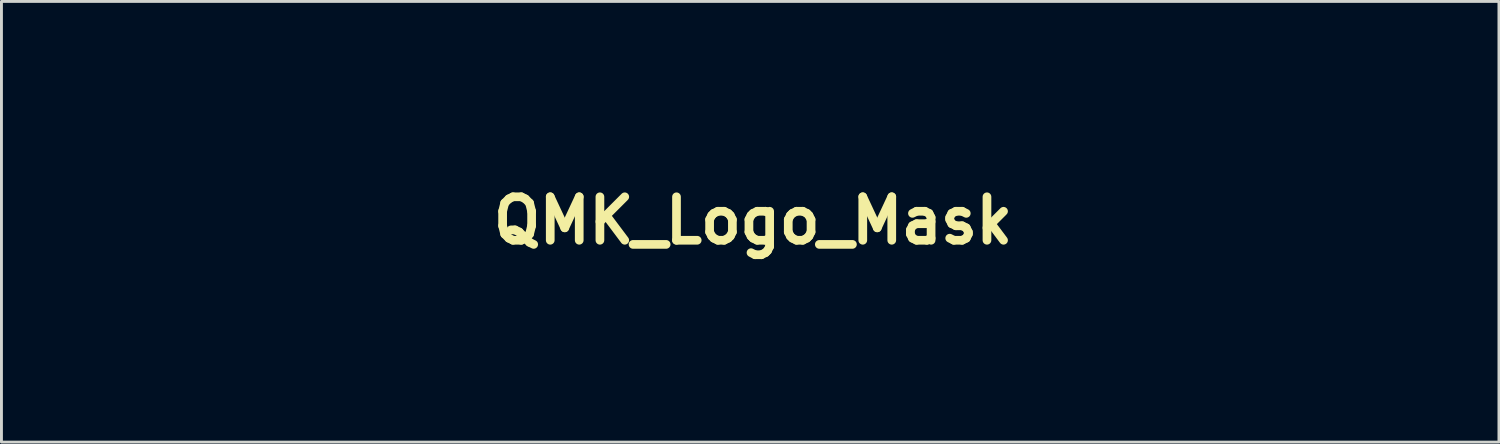
<source format=kicad_pcb>
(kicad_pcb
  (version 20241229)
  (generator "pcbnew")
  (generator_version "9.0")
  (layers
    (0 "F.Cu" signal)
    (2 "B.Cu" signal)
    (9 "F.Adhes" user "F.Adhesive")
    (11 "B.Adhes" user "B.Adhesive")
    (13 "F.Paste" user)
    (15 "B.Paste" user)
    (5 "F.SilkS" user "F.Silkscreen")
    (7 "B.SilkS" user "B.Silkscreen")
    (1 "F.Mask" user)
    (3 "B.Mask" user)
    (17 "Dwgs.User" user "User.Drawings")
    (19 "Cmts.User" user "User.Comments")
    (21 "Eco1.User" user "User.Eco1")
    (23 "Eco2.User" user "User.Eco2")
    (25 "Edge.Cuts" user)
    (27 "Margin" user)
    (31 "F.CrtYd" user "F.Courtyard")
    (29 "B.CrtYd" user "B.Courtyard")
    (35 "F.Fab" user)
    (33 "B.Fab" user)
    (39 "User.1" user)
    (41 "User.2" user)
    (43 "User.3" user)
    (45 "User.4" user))
  (footprint "QMK_Logo_Mask"
    (layer "F.Cu")
    (at 22.939 4.563)
    (property "Reference" "QMK_Logo_Mask" (at 0 0 0) (layer "F.SilkS") (effects (font (size 1.5 1.5) (thickness 0.3))))
    (attr board_only exclude_from_pos_files exclude_from_bom)
    (fp_poly (pts (xy 4.423 1.088) (xy 4.565 1.115) (xy 4.555 2.433) (xy 4.544 3.75) (xy 4.344 3.762) (xy 4.224 3.764) (xy 4.138 3.755) (xy 4.116 3.746) (xy 4.109 3.7) (xy 4.103 3.586) (xy 4.098 3.411) (xy 4.093 3.185) (xy 4.09 2.918) (xy 4.088 2.621) (xy 4.088 2.433) (xy 4.088 1.149) (xy 4.184 1.105) (xy 4.294 1.082)) (stroke (width 0) (type solid)) (fill yes) (layer "F.Mask"))
    (fp_poly (pts (xy 4.442 0.075) (xy 4.531 0.109) (xy 4.539 0.115) (xy 4.581 0.189) (xy 4.602 0.304) (xy 4.6 0.425) (xy 4.574 0.52) (xy 4.554 0.545) (xy 4.451 0.592) (xy 4.317 0.613) (xy 4.227 0.606) (xy 4.118 0.546) (xy 4.059 0.424) (xy 4.048 0.315) (xy 4.072 0.177) (xy 4.149 0.095) (xy 4.285 0.063) (xy 4.326 0.061)) (stroke (width 0) (type solid)) (fill yes) (layer "F.Mask"))
    (fp_poly (pts (xy -0.672 -3.332) (xy -0.616 -3.274) (xy -0.596 -3.166) (xy -0.595 -3.134) (xy -0.595 -2.976) (xy -0.806 -3.001) (xy -1.017 -3.025) (xy -1.183 -2.837) (xy -1.349 -2.648) (xy -1.349 -1.983) (xy -1.35 -1.734) (xy -1.354 -1.554) (xy -1.361 -1.431) (xy -1.372 -1.354) (xy -1.389 -1.312) (xy -1.412 -1.294) (xy -1.51 -1.273) (xy -1.612 -1.274) (xy -1.679 -1.295) (xy -1.68 -1.296) (xy -1.687 -1.342) (xy -1.694 -1.456) (xy -1.699 -1.627) (xy -1.703 -1.845) (xy -1.706 -2.099) (xy -1.707 -2.331) (xy -1.707 -3.339) (xy -1.558 -3.326) (xy -1.458 -3.31) (xy -1.411 -3.27) (xy -1.389 -3.182) (xy -1.389 -3.181) (xy -1.369 -3.049) (xy -1.27 -3.155) (xy -1.107 -3.29) (xy -0.936 -3.362) (xy -0.769 -3.367)) (stroke (width 0) (type solid)) (fill yes) (layer "F.Mask"))
    (fp_poly (pts (xy 19.977 1.079) (xy 20.074 1.113) (xy 20.123 1.153) (xy 20.14 1.224) (xy 20.141 1.33) (xy 20.141 1.528) (xy 19.88 1.515) (xy 19.732 1.511) (xy 19.635 1.523) (xy 19.561 1.556) (xy 19.492 1.609) (xy 19.391 1.709) (xy 19.285 1.835) (xy 19.248 1.886) (xy 19.131 2.056) (xy 19.12 2.903) (xy 19.11 3.75) (xy 18.906 3.762) (xy 18.777 3.764) (xy 18.707 3.746) (xy 18.678 3.709) (xy 18.672 3.655) (xy 18.666 3.531) (xy 18.661 3.348) (xy 18.657 3.117) (xy 18.655 2.848) (xy 18.653 2.55) (xy 18.653 2.421) (xy 18.653 2.058) (xy 18.655 1.767) (xy 18.66 1.54) (xy 18.668 1.368) (xy 18.682 1.245) (xy 18.703 1.162) (xy 18.731 1.11) (xy 18.768 1.084) (xy 18.816 1.073) (xy 18.871 1.072) (xy 18.992 1.083) (xy 19.059 1.127) (xy 19.086 1.222) (xy 19.09 1.318) (xy 19.09 1.517) (xy 19.278 1.318) (xy 19.466 1.154) (xy 19.653 1.066) (xy 19.845 1.051)) (stroke (width 0) (type solid)) (fill yes) (layer "F.Mask"))
    (fp_poly (pts (xy 3.424 0.266) (xy 3.427 0.383) (xy 3.41 0.464) (xy 3.395 0.498) (xy 3.372 0.522) (xy 3.328 0.538) (xy 3.253 0.548) (xy 3.134 0.553) (xy 2.96 0.555) (xy 2.719 0.556) (xy 2.7 0.556) (xy 2.024 0.556) (xy 2.024 1.171) (xy 2.024 1.786) (xy 2.678 1.786) (xy 3.332 1.786) (xy 3.358 1.888) (xy 3.361 2.005) (xy 3.34 2.087) (xy 3.321 2.122) (xy 3.296 2.148) (xy 3.251 2.165) (xy 3.176 2.176) (xy 3.056 2.181) (xy 2.88 2.183) (xy 2.661 2.183) (xy 2.026 2.183) (xy 2.015 2.967) (xy 2.004 3.75) (xy 1.806 3.762) (xy 1.665 3.759) (xy 1.572 3.735) (xy 1.557 3.724) (xy 1.546 3.674) (xy 1.536 3.555) (xy 1.528 3.377) (xy 1.52 3.149) (xy 1.514 2.882) (xy 1.51 2.587) (xy 1.507 2.272) (xy 1.506 1.949) (xy 1.506 1.627) (xy 1.508 1.316) (xy 1.511 1.027) (xy 1.516 0.769) (xy 1.523 0.553) (xy 1.531 0.389) (xy 1.541 0.286) (xy 1.547 0.261) (xy 1.586 0.159) (xy 2.495 0.159) (xy 3.404 0.159)) (stroke (width 0) (type solid)) (fill yes) (layer "F.Mask"))
    (fp_poly (pts (xy 6.594 1.048) (xy 6.673 1.069) (xy 6.752 1.088) (xy 6.841 1.144) (xy 6.886 1.258) (xy 6.881 1.419) (xy 6.878 1.44) (xy 6.862 1.501) (xy 6.833 1.532) (xy 6.77 1.538) (xy 6.651 1.527) (xy 6.624 1.524) (xy 6.472 1.515) (xy 6.355 1.535) (xy 6.251 1.594) (xy 6.139 1.702) (xy 6.047 1.81) (xy 5.894 1.997) (xy 5.874 2.874) (xy 5.854 3.75) (xy 5.654 3.762) (xy 5.534 3.764) (xy 5.448 3.755) (xy 5.426 3.746) (xy 5.419 3.7) (xy 5.413 3.586) (xy 5.407 3.411) (xy 5.403 3.185) (xy 5.4 2.919) (xy 5.398 2.621) (xy 5.397 2.436) (xy 5.398 2.083) (xy 5.398 1.802) (xy 5.4 1.583) (xy 5.404 1.418) (xy 5.409 1.3) (xy 5.418 1.219) (xy 5.43 1.167) (xy 5.445 1.137) (xy 5.465 1.119) (xy 5.481 1.109) (xy 5.581 1.084) (xy 5.699 1.09) (xy 5.779 1.109) (xy 5.819 1.143) (xy 5.833 1.216) (xy 5.834 1.311) (xy 5.834 1.508) (xy 6.023 1.313) (xy 6.175 1.183) (xy 6.335 1.09) (xy 6.485 1.043)) (stroke (width 0) (type solid)) (fill yes) (layer "F.Mask"))
    (fp_poly (pts (xy -8.212 -3.353) (xy -7.964 -3.273) (xy -7.755 -3.126) (xy -7.591 -2.917) (xy -7.562 -2.863) (xy -7.503 -2.686) (xy -7.472 -2.465) (xy -7.472 -2.227) (xy -7.502 -2.002) (xy -7.524 -1.921) (xy -7.62 -1.71) (xy -7.76 -1.525) (xy -7.926 -1.385) (xy -8.082 -1.313) (xy -8.216 -1.29) (xy -8.392 -1.277) (xy -8.575 -1.277) (xy -8.73 -1.288) (xy -8.788 -1.299) (xy -8.96 -1.378) (xy -9.121 -1.515) (xy -9.249 -1.69) (xy -9.269 -1.727) (xy -9.342 -1.943) (xy -9.377 -2.2) (xy -9.374 -2.39) (xy -8.998 -2.39) (xy -8.994 -2.168) (xy -8.958 -1.962) (xy -8.892 -1.796) (xy -8.86 -1.749) (xy -8.73 -1.646) (xy -8.558 -1.587) (xy -8.37 -1.576) (xy -8.192 -1.613) (xy -8.1 -1.662) (xy -7.976 -1.787) (xy -7.897 -1.959) (xy -7.862 -2.188) (xy -7.859 -2.301) (xy -7.881 -2.578) (xy -7.947 -2.79) (xy -8.057 -2.939) (xy -8.215 -3.027) (xy -8.42 -3.056) (xy -8.422 -3.056) (xy -8.619 -3.022) (xy -8.788 -2.927) (xy -8.907 -2.784) (xy -8.91 -2.779) (xy -8.971 -2.602) (xy -8.998 -2.39) (xy -9.374 -2.39) (xy -9.373 -2.467) (xy -9.331 -2.704) (xy -9.225 -2.943) (xy -9.059 -3.134) (xy -8.841 -3.273) (xy -8.58 -3.352) (xy -8.492 -3.363)) (stroke (width 0) (type solid)) (fill yes) (layer "F.Mask"))
    (fp_poly (pts (xy -10.601 -4.042) (xy -10.42 -4.028) (xy -10.272 -4.007) (xy -10.195 -3.987) (xy -9.978 -3.873) (xy -9.82 -3.707) (xy -9.722 -3.495) (xy -9.689 -3.241) (xy -9.694 -3.137) (xy -9.75 -2.879) (xy -9.868 -2.672) (xy -10.046 -2.515) (xy -10.286 -2.409) (xy -10.585 -2.354) (xy -10.66 -2.349) (xy -10.993 -2.332) (xy -10.993 -1.825) (xy -10.995 -1.611) (xy -11 -1.464) (xy -11.011 -1.37) (xy -11.028 -1.318) (xy -11.054 -1.295) (xy -11.056 -1.294) (xy -11.174 -1.274) (xy -11.304 -1.285) (xy -11.341 -1.296) (xy -11.355 -1.34) (xy -11.367 -1.452) (xy -11.376 -1.621) (xy -11.384 -1.835) (xy -11.39 -2.084) (xy -11.393 -2.355) (xy -11.394 -2.638) (xy -11.393 -2.922) (xy -11.39 -3.195) (xy -11.385 -3.445) (xy -11.378 -3.663) (xy -11.374 -3.731) (xy -10.993 -3.731) (xy -10.993 -3.195) (xy -10.993 -2.659) (xy -10.745 -2.659) (xy -10.535 -2.676) (xy -10.37 -2.723) (xy -10.358 -2.729) (xy -10.221 -2.836) (xy -10.13 -2.985) (xy -10.086 -3.157) (xy -10.091 -3.334) (xy -10.145 -3.496) (xy -10.249 -3.626) (xy -10.317 -3.67) (xy -10.439 -3.708) (xy -10.616 -3.728) (xy -10.714 -3.731) (xy -10.993 -3.731) (xy -11.374 -3.731) (xy -11.368 -3.835) (xy -11.356 -3.952) (xy -11.343 -4) (xy -11.278 -4.025) (xy -11.153 -4.041) (xy -10.986 -4.049) (xy -10.796 -4.049)) (stroke (width 0) (type solid)) (fill yes) (layer "F.Mask"))
    (fp_poly (pts (xy -2.973 -3.361) (xy -2.725 -3.297) (xy -2.528 -3.173) (xy -2.384 -2.992) (xy -2.296 -2.757) (xy -2.272 -2.595) (xy -2.263 -2.467) (xy -2.268 -2.373) (xy -2.297 -2.307) (xy -2.358 -2.263) (xy -2.463 -2.238) (xy -2.62 -2.226) (xy -2.841 -2.223) (xy -3.021 -2.223) (xy -3.646 -2.223) (xy -3.624 -2.074) (xy -3.561 -1.853) (xy -3.448 -1.694) (xy -3.284 -1.596) (xy -3.071 -1.559) (xy -2.957 -1.563) (xy -2.792 -1.585) (xy -2.631 -1.619) (xy -2.554 -1.642) (xy -2.434 -1.678) (xy -2.37 -1.671) (xy -2.345 -1.616) (xy -2.342 -1.542) (xy -2.367 -1.444) (xy -2.449 -1.372) (xy -2.592 -1.321) (xy -2.802 -1.291) (xy -2.977 -1.281) (xy -3.173 -1.277) (xy -3.314 -1.285) (xy -3.421 -1.306) (xy -3.513 -1.342) (xy -3.718 -1.48) (xy -3.874 -1.673) (xy -3.968 -1.904) (xy -3.969 -1.905) (xy -4 -2.115) (xy -4.003 -2.351) (xy -3.989 -2.5) (xy -3.653 -2.5) (xy -3.131 -2.5) (xy -2.609 -2.5) (xy -2.631 -2.663) (xy -2.691 -2.843) (xy -2.807 -2.978) (xy -2.965 -3.059) (xy -3.151 -3.075) (xy -3.245 -3.058) (xy -3.411 -2.983) (xy -3.531 -2.855) (xy -3.612 -2.664) (xy -3.627 -2.609) (xy -3.653 -2.5) (xy -3.989 -2.5) (xy -3.981 -2.584) (xy -3.936 -2.785) (xy -3.897 -2.883) (xy -3.747 -3.094) (xy -3.546 -3.249) (xy -3.309 -3.342) (xy -3.047 -3.367)) (stroke (width 0) (type solid)) (fill yes) (layer "F.Mask"))
    (fp_poly (pts (xy 8.851 -3.334) (xy 8.955 -3.325) (xy 9.021 -3.304) (xy 9.027 -3.297) (xy 9.019 -3.253) (xy 8.987 -3.145) (xy 8.935 -2.983) (xy 8.865 -2.777) (xy 8.783 -2.538) (xy 8.691 -2.276) (xy 8.594 -2.002) (xy 8.494 -1.724) (xy 8.397 -1.455) (xy 8.304 -1.203) (xy 8.22 -0.98) (xy 8.149 -0.795) (xy 8.094 -0.659) (xy 8.059 -0.582) (xy 8.052 -0.57) (xy 7.984 -0.533) (xy 7.881 -0.517) (xy 7.781 -0.525) (xy 7.719 -0.557) (xy 7.717 -0.559) (xy 7.719 -0.613) (xy 7.746 -0.721) (xy 7.793 -0.864) (xy 7.817 -0.929) (xy 7.944 -1.257) (xy 7.583 -2.218) (xy 7.486 -2.482) (xy 7.398 -2.724) (xy 7.324 -2.933) (xy 7.268 -3.099) (xy 7.233 -3.212) (xy 7.223 -3.257) (xy 7.238 -3.308) (xy 7.296 -3.33) (xy 7.377 -3.334) (xy 7.486 -3.322) (xy 7.561 -3.292) (xy 7.57 -3.284) (xy 7.594 -3.233) (xy 7.64 -3.118) (xy 7.702 -2.954) (xy 7.776 -2.752) (xy 7.857 -2.526) (xy 7.862 -2.511) (xy 7.942 -2.287) (xy 8.014 -2.091) (xy 8.075 -1.935) (xy 8.119 -1.83) (xy 8.142 -1.787) (xy 8.143 -1.786) (xy 8.164 -1.822) (xy 8.204 -1.92) (xy 8.259 -2.067) (xy 8.323 -2.251) (xy 8.356 -2.351) (xy 8.455 -2.648) (xy 8.532 -2.879) (xy 8.592 -3.051) (xy 8.64 -3.173) (xy 8.679 -3.254) (xy 8.714 -3.302) (xy 8.749 -3.326) (xy 8.789 -3.333) (xy 8.837 -3.334)) (stroke (width 0) (type solid)) (fill yes) (layer "F.Mask"))
    (fp_poly (pts (xy 3.383 -4.239) (xy 3.552 -4.227) (xy 3.562 -2.769) (xy 3.573 -1.311) (xy 3.473 -1.286) (xy 3.35 -1.275) (xy 3.28 -1.321) (xy 3.255 -1.43) (xy 3.254 -1.451) (xy 3.254 -1.595) (xy 3.125 -1.486) (xy 3.008 -1.401) (xy 2.887 -1.332) (xy 2.869 -1.324) (xy 2.703 -1.283) (xy 2.508 -1.275) (xy 2.322 -1.299) (xy 2.24 -1.326) (xy 2.091 -1.427) (xy 1.958 -1.582) (xy 1.862 -1.767) (xy 1.859 -1.775) (xy 1.834 -1.889) (xy 1.815 -2.056) (xy 1.81 -2.183) (xy 2.187 -2.183) (xy 2.215 -1.977) (xy 2.272 -1.801) (xy 2.357 -1.672) (xy 2.407 -1.632) (xy 2.539 -1.594) (xy 2.701 -1.596) (xy 2.861 -1.639) (xy 2.922 -1.67) (xy 3.052 -1.764) (xy 3.138 -1.867) (xy 3.189 -1.998) (xy 3.211 -2.175) (xy 3.215 -2.333) (xy 3.215 -2.689) (xy 3.042 -2.848) (xy 2.932 -2.94) (xy 2.832 -3.01) (xy 2.78 -3.035) (xy 2.648 -3.049) (xy 2.506 -3.022) (xy 2.39 -2.965) (xy 2.368 -2.945) (xy 2.278 -2.8) (xy 2.217 -2.613) (xy 2.187 -2.401) (xy 2.187 -2.183) (xy 1.81 -2.183) (xy 1.807 -2.25) (xy 1.806 -2.302) (xy 1.81 -2.495) (xy 1.823 -2.637) (xy 1.851 -2.753) (xy 1.897 -2.872) (xy 1.912 -2.904) (xy 2.042 -3.116) (xy 2.203 -3.258) (xy 2.406 -3.335) (xy 2.603 -3.354) (xy 2.756 -3.348) (xy 2.867 -3.322) (xy 2.973 -3.266) (xy 3.033 -3.225) (xy 3.215 -3.097) (xy 3.215 -3.674) (xy 3.215 -4.251)) (stroke (width 0) (type solid)) (fill yes) (layer "F.Mask"))
    (fp_poly (pts (xy 0.708 -3.357) (xy 0.914 -3.292) (xy 1.096 -3.174) (xy 1.241 -3.004) (xy 1.329 -2.806) (xy 1.378 -2.592) (xy 1.387 -2.422) (xy 1.356 -2.307) (xy 1.312 -2.264) (xy 1.245 -2.249) (xy 1.114 -2.236) (xy 0.932 -2.228) (xy 0.715 -2.223) (xy 0.618 -2.223) (xy 0 -2.223) (xy 0 -2.1) (xy 0.035 -1.9) (xy 0.133 -1.741) (xy 0.286 -1.627) (xy 0.487 -1.566) (xy 0.721 -1.562) (xy 0.879 -1.587) (xy 1.03 -1.624) (xy 1.098 -1.647) (xy 1.218 -1.682) (xy 1.285 -1.661) (xy 1.306 -1.578) (xy 1.303 -1.523) (xy 1.284 -1.451) (xy 1.234 -1.401) (xy 1.132 -1.355) (xy 1.091 -1.341) (xy 0.93 -1.304) (xy 0.726 -1.282) (xy 0.511 -1.275) (xy 0.316 -1.286) (xy 0.186 -1.31) (xy -0.002 -1.404) (xy -0.167 -1.559) (xy -0.279 -1.734) (xy -0.328 -1.852) (xy -0.356 -1.976) (xy -0.37 -2.133) (xy -0.374 -2.285) (xy -0.373 -2.466) (xy -0.363 -2.585) (xy -0.000153 -2.585) (xy 0.019 -2.54) (xy 0.082 -2.515) (xy 0.199 -2.504) (xy 0.379 -2.5) (xy 0.515 -2.5) (xy 1.03 -2.5) (xy 1.006 -2.629) (xy 0.939 -2.836) (xy 0.824 -2.978) (xy 0.695 -3.047) (xy 0.497 -3.075) (xy 0.314 -3.031) (xy 0.162 -2.92) (xy 0.055 -2.753) (xy 0.015 -2.654) (xy -0.000153 -2.585) (xy -0.363 -2.585) (xy -0.362 -2.596) (xy -0.336 -2.703) (xy -0.29 -2.813) (xy -0.257 -2.879) (xy -0.115 -3.084) (xy 0.065 -3.234) (xy 0.27 -3.329) (xy 0.489 -3.37)) (stroke (width 0) (type solid)) (fill yes) (layer "F.Mask"))
    (fp_poly (pts (xy 5.474 -4.267) (xy 5.506 -4.253) (xy 5.529 -4.225) (xy 5.543 -4.171) (xy 5.551 -4.079) (xy 5.555 -3.935) (xy 5.556 -3.728) (xy 5.556 -3.67) (xy 5.556 -3.099) (xy 5.754 -3.222) (xy 5.99 -3.333) (xy 6.217 -3.365) (xy 6.436 -3.32) (xy 6.508 -3.287) (xy 6.688 -3.163) (xy 6.817 -2.997) (xy 6.9 -2.781) (xy 6.94 -2.508) (xy 6.945 -2.338) (xy 6.921 -2.006) (xy 6.848 -1.735) (xy 6.729 -1.525) (xy 6.563 -1.378) (xy 6.352 -1.295) (xy 6.097 -1.277) (xy 6.087 -1.277) (xy 5.93 -1.295) (xy 5.817 -1.33) (xy 5.711 -1.396) (xy 5.677 -1.422) (xy 5.517 -1.552) (xy 5.517 -1.435) (xy 5.492 -1.332) (xy 5.411 -1.28) (xy 5.321 -1.27) (xy 5.247 -1.284) (xy 5.226 -1.296) (xy 5.22 -1.341) (xy 5.214 -1.456) (xy 5.209 -1.632) (xy 5.205 -1.861) (xy 5.204 -1.915) (xy 5.556 -1.915) (xy 5.734 -1.751) (xy 5.847 -1.655) (xy 5.938 -1.606) (xy 6.037 -1.589) (xy 6.082 -1.587) (xy 6.212 -1.602) (xy 6.322 -1.638) (xy 6.342 -1.65) (xy 6.454 -1.773) (xy 6.526 -1.961) (xy 6.559 -2.214) (xy 6.562 -2.322) (xy 6.541 -2.596) (xy 6.477 -2.809) (xy 6.372 -2.957) (xy 6.227 -3.039) (xy 6.102 -3.056) (xy 6.004 -3.031) (xy 5.877 -2.969) (xy 5.748 -2.886) (xy 5.643 -2.8) (xy 5.599 -2.744) (xy 5.58 -2.67) (xy 5.566 -2.54) (xy 5.557 -2.375) (xy 5.556 -2.29) (xy 5.556 -1.915) (xy 5.204 -1.915) (xy 5.202 -2.133) (xy 5.2 -2.44) (xy 5.199 -2.772) (xy 5.199 -2.784) (xy 5.199 -4.245) (xy 5.295 -4.269) (xy 5.406 -4.278)) (stroke (width 0) (type solid)) (fill yes) (layer "F.Mask"))
    (fp_poly (pts (xy 21.979 1.097) (xy 22.231 1.195) (xy 22.434 1.355) (xy 22.588 1.574) (xy 22.688 1.85) (xy 22.73 2.123) (xy 22.739 2.251) (xy 22.739 2.35) (xy 22.722 2.423) (xy 22.677 2.475) (xy 22.596 2.509) (xy 22.472 2.528) (xy 22.293 2.537) (xy 22.053 2.54) (xy 21.766 2.54) (xy 20.915 2.54) (xy 20.916 2.649) (xy 20.948 2.873) (xy 21.036 3.079) (xy 21.17 3.247) (xy 21.336 3.358) (xy 21.339 3.359) (xy 21.497 3.398) (xy 21.704 3.412) (xy 21.933 3.4) (xy 22.159 3.364) (xy 22.271 3.334) (xy 22.435 3.285) (xy 22.538 3.263) (xy 22.594 3.272) (xy 22.617 3.315) (xy 22.622 3.395) (xy 22.622 3.412) (xy 22.61 3.519) (xy 22.565 3.599) (xy 22.474 3.661) (xy 22.325 3.716) (xy 22.207 3.748) (xy 22.037 3.78) (xy 21.833 3.799) (xy 21.622 3.806) (xy 21.431 3.798) (xy 21.287 3.777) (xy 21.273 3.773) (xy 20.99 3.651) (xy 20.764 3.473) (xy 20.592 3.238) (xy 20.55 3.155) (xy 20.511 3.061) (xy 20.485 2.967) (xy 20.469 2.854) (xy 20.461 2.703) (xy 20.459 2.496) (xy 20.459 2.457) (xy 20.46 2.248) (xy 20.464 2.099) (xy 20.465 2.089) (xy 20.922 2.089) (xy 20.935 2.133) (xy 20.982 2.16) (xy 21.072 2.175) (xy 21.215 2.182) (xy 21.422 2.183) (xy 21.595 2.183) (xy 22.275 2.183) (xy 22.25 1.999) (xy 22.187 1.77) (xy 22.069 1.596) (xy 21.902 1.481) (xy 21.691 1.431) (xy 21.632 1.429) (xy 21.402 1.465) (xy 21.204 1.568) (xy 21.052 1.729) (xy 20.957 1.936) (xy 20.932 2.024) (xy 20.922 2.089) (xy 20.465 2.089) (xy 20.477 1.988) (xy 20.5 1.897) (xy 20.538 1.804) (xy 20.595 1.69) (xy 20.598 1.684) (xy 20.753 1.438) (xy 20.938 1.258) (xy 21.161 1.139) (xy 21.432 1.076) (xy 21.681 1.063)) (stroke (width 0) (type solid)) (fill yes) (layer "F.Mask"))
    (fp_poly (pts (xy -9.646 0.133) (xy -9.32 0.222) (xy -9.043 0.372) (xy -8.818 0.58) (xy -8.656 0.826) (xy -8.531 1.145) (xy -8.455 1.502) (xy -8.428 1.879) (xy -8.448 2.259) (xy -8.516 2.624) (xy -8.629 2.955) (xy -8.755 3.188) (xy -8.862 3.349) (xy -8.73 3.459) (xy -8.629 3.532) (xy -8.486 3.622) (xy -8.33 3.709) (xy -8.318 3.716) (xy -8.16 3.801) (xy -8.06 3.864) (xy -8.006 3.92) (xy -7.983 3.981) (xy -7.978 4.055) (xy -7.989 4.182) (xy -8.028 4.257) (xy -8.105 4.281) (xy -8.227 4.255) (xy -8.402 4.182) (xy -8.475 4.146) (xy -8.657 4.044) (xy -8.851 3.918) (xy -8.998 3.81) (xy -9.241 3.613) (xy -9.432 3.698) (xy -9.655 3.766) (xy -9.924 3.802) (xy -10.209 3.804) (xy -10.483 3.771) (xy -10.624 3.737) (xy -10.915 3.62) (xy -11.152 3.459) (xy -11.339 3.248) (xy -11.479 2.982) (xy -11.578 2.655) (xy -11.63 2.344) (xy -11.654 2.035) (xy -11.65 1.945) (xy -11.125 1.945) (xy -11.105 2.337) (xy -11.04 2.665) (xy -10.929 2.93) (xy -10.773 3.133) (xy -10.57 3.277) (xy -10.468 3.32) (xy -10.32 3.353) (xy -10.128 3.368) (xy -9.924 3.365) (xy -9.742 3.343) (xy -9.676 3.327) (xy -9.494 3.239) (xy -9.318 3.096) (xy -9.17 2.92) (xy -9.094 2.783) (xy -9.005 2.506) (xy -8.956 2.196) (xy -8.945 1.873) (xy -8.972 1.555) (xy -9.035 1.26) (xy -9.133 1.007) (xy -9.21 0.883) (xy -9.378 0.717) (xy -9.594 0.601) (xy -9.841 0.536) (xy -10.102 0.524) (xy -10.362 0.568) (xy -10.602 0.67) (xy -10.646 0.697) (xy -10.829 0.864) (xy -10.97 1.095) (xy -11.067 1.386) (xy -11.118 1.732) (xy -11.125 1.945) (xy -11.65 1.945) (xy -11.642 1.737) (xy -11.63 1.626) (xy -11.566 1.264) (xy -11.464 0.962) (xy -11.319 0.712) (xy -11.126 0.5) (xy -11.006 0.402) (xy -10.747 0.247) (xy -10.46 0.151) (xy -10.13 0.108) (xy -10.021 0.105)) (stroke (width 0) (type solid)) (fill yes) (layer "F.Mask"))
    (fp_poly (pts (xy -2.399 0.127) (xy -2.29 0.169) (xy -2.29 0.169) (xy -2.267 0.195) (xy -2.249 0.242) (xy -2.236 0.319) (xy -2.227 0.438) (xy -2.22 0.61) (xy -2.215 0.845) (xy -2.213 0.991) (xy -2.203 1.765) (xy -1.573 0.972) (xy -1.399 0.755) (xy -1.238 0.558) (xy -1.098 0.391) (xy -0.986 0.261) (xy -0.91 0.179) (xy -0.879 0.152) (xy -0.75 0.124) (xy -0.61 0.131) (xy -0.501 0.171) (xy -0.496 0.174) (xy -0.448 0.215) (xy -0.445 0.256) (xy -0.486 0.329) (xy -0.496 0.342) (xy -0.549 0.414) (xy -0.651 0.544) (xy -0.801 0.727) (xy -0.996 0.963) (xy -1.234 1.248) (xy -1.512 1.58) (xy -1.66 1.755) (xy -1.673 1.781) (xy -1.673 1.816) (xy -1.653 1.868) (xy -1.609 1.946) (xy -1.536 2.055) (xy -1.429 2.204) (xy -1.284 2.401) (xy -1.096 2.653) (xy -1.083 2.67) (xy -0.874 2.949) (xy -0.708 3.172) (xy -0.581 3.346) (xy -0.489 3.477) (xy -0.426 3.573) (xy -0.388 3.64) (xy -0.371 3.684) (xy -0.37 3.715) (xy -0.378 3.731) (xy -0.436 3.761) (xy -0.544 3.773) (xy -0.673 3.768) (xy -0.796 3.747) (xy -0.886 3.713) (xy -0.903 3.7) (xy -0.945 3.65) (xy -1.026 3.544) (xy -1.14 3.394) (xy -1.279 3.207) (xy -1.437 2.994) (xy -1.587 2.79) (xy -2.203 1.95) (xy -2.213 2.808) (xy -2.219 3.128) (xy -2.229 3.384) (xy -2.241 3.57) (xy -2.256 3.684) (xy -2.268 3.718) (xy -2.329 3.747) (xy -2.437 3.765) (xy -2.559 3.771) (xy -2.663 3.763) (xy -2.712 3.744) (xy -2.717 3.7) (xy -2.723 3.585) (xy -2.727 3.406) (xy -2.731 3.173) (xy -2.734 2.893) (xy -2.737 2.574) (xy -2.738 2.225) (xy -2.738 1.959) (xy -2.738 1.54) (xy -2.738 1.193) (xy -2.737 0.911) (xy -2.734 0.687) (xy -2.731 0.515) (xy -2.725 0.387) (xy -2.718 0.295) (xy -2.709 0.234) (xy -2.697 0.196) (xy -2.682 0.174) (xy -2.664 0.161) (xy -2.662 0.16) (xy -2.537 0.124)) (stroke (width 0) (type solid)) (fill yes) (layer "F.Mask"))
    (fp_poly (pts (xy -3.917 0.165) (xy -3.799 0.183) (xy -3.735 0.213) (xy -3.723 0.254) (xy -3.714 0.348) (xy -3.707 0.499) (xy -3.702 0.712) (xy -3.699 0.99) (xy -3.698 1.337) (xy -3.699 1.758) (xy -3.7 2.009) (xy -3.711 3.75) (xy -3.929 3.75) (xy -4.147 3.75) (xy -4.167 2.178) (xy -4.187 0.606) (xy -4.822 2.178) (xy -5.457 3.75) (xy -5.663 3.762) (xy -5.787 3.766) (xy -5.857 3.751) (xy -5.9 3.709) (xy -5.925 3.663) (xy -5.951 3.602) (xy -6.002 3.476) (xy -6.074 3.292) (xy -6.164 3.061) (xy -6.269 2.792) (xy -6.385 2.491) (xy -6.508 2.17) (xy -6.532 2.108) (xy -7.084 0.664) (xy -7.095 2.164) (xy -7.099 2.608) (xy -7.104 2.975) (xy -7.112 3.266) (xy -7.121 3.484) (xy -7.131 3.63) (xy -7.144 3.706) (xy -7.149 3.717) (xy -7.211 3.746) (xy -7.319 3.765) (xy -7.441 3.771) (xy -7.544 3.763) (xy -7.594 3.744) (xy -7.599 3.7) (xy -7.604 3.585) (xy -7.609 3.407) (xy -7.613 3.174) (xy -7.616 2.895) (xy -7.618 2.578) (xy -7.62 2.23) (xy -7.62 2) (xy -7.62 1.581) (xy -7.619 1.234) (xy -7.617 0.952) (xy -7.614 0.729) (xy -7.609 0.557) (xy -7.603 0.429) (xy -7.594 0.338) (xy -7.584 0.278) (xy -7.571 0.24) (xy -7.558 0.221) (xy -7.493 0.185) (xy -7.381 0.165) (xy -7.204 0.159) (xy -7.199 0.159) (xy -7.038 0.162) (xy -6.935 0.176) (xy -6.865 0.205) (xy -6.813 0.248) (xy -6.775 0.309) (xy -6.713 0.433) (xy -6.632 0.611) (xy -6.536 0.831) (xy -6.431 1.084) (xy -6.333 1.33) (xy -6.22 1.617) (xy -6.108 1.901) (xy -6.003 2.167) (xy -5.911 2.401) (xy -5.837 2.587) (xy -5.797 2.688) (xy -5.653 3.055) (xy -5.2 1.954) (xy -5.034 1.55) (xy -4.894 1.213) (xy -4.778 0.937) (xy -4.683 0.717) (xy -4.607 0.545) (xy -4.547 0.416) (xy -4.499 0.323) (xy -4.462 0.261) (xy -4.432 0.222) (xy -4.416 0.208) (xy -4.338 0.18) (xy -4.212 0.163) (xy -4.063 0.158)) (stroke (width 0) (type solid)) (fill yes) (layer "F.Mask"))
    (fp_poly (pts (xy 17.127 1.078) (xy 17.366 1.138) (xy 17.552 1.245) (xy 17.692 1.403) (xy 17.746 1.498) (xy 17.775 1.563) (xy 17.798 1.627) (xy 17.814 1.704) (xy 17.827 1.805) (xy 17.836 1.941) (xy 17.843 2.123) (xy 17.848 2.364) (xy 17.853 2.628) (xy 17.856 2.9) (xy 17.857 3.149) (xy 17.856 3.364) (xy 17.852 3.532) (xy 17.847 3.641) (xy 17.843 3.672) (xy 17.82 3.734) (xy 17.777 3.762) (xy 17.689 3.766) (xy 17.63 3.763) (xy 17.516 3.751) (xy 17.458 3.726) (xy 17.432 3.671) (xy 17.423 3.62) (xy 17.403 3.489) (xy 17.244 3.604) (xy 17.118 3.684) (xy 16.99 3.749) (xy 16.951 3.764) (xy 16.766 3.8) (xy 16.549 3.804) (xy 16.341 3.776) (xy 16.258 3.752) (xy 16.048 3.639) (xy 15.895 3.476) (xy 15.803 3.27) (xy 15.777 3.032) (xy 15.779 3.018) (xy 16.272 3.018) (xy 16.302 3.199) (xy 16.392 3.331) (xy 16.545 3.416) (xy 16.689 3.447) (xy 16.749 3.441) (xy 16.852 3.418) (xy 16.887 3.409) (xy 17.013 3.357) (xy 17.152 3.274) (xy 17.214 3.228) (xy 17.383 3.09) (xy 17.383 2.809) (xy 17.383 2.528) (xy 17.001 2.555) (xy 16.79 2.574) (xy 16.637 2.599) (xy 16.525 2.636) (xy 16.432 2.691) (xy 16.361 2.75) (xy 16.3 2.83) (xy 16.275 2.942) (xy 16.272 3.018) (xy 15.779 3.018) (xy 15.799 2.859) (xy 15.845 2.714) (xy 15.927 2.593) (xy 16.012 2.506) (xy 16.128 2.411) (xy 16.248 2.341) (xy 16.389 2.292) (xy 16.568 2.259) (xy 16.802 2.236) (xy 16.927 2.228) (xy 17.363 2.203) (xy 17.352 1.966) (xy 17.326 1.765) (xy 17.265 1.623) (xy 17.159 1.524) (xy 17.073 1.48) (xy 16.872 1.438) (xy 16.631 1.457) (xy 16.355 1.537) (xy 16.246 1.583) (xy 16.105 1.643) (xy 16.019 1.672) (xy 15.968 1.673) (xy 15.934 1.649) (xy 15.925 1.638) (xy 15.879 1.525) (xy 15.903 1.414) (xy 15.99 1.309) (xy 16.13 1.216) (xy 16.315 1.14) (xy 16.535 1.087) (xy 16.783 1.062) (xy 16.827 1.061)) (stroke (width 0) (type solid)) (fill yes) (layer "F.Mask"))
    (fp_poly (pts (xy -4.315 -3.32) (xy -4.285 -3.284) (xy -4.297 -3.22) (xy -4.329 -3.095) (xy -4.379 -2.923) (xy -4.441 -2.715) (xy -4.512 -2.486) (xy -4.588 -2.247) (xy -4.665 -2.011) (xy -4.739 -1.79) (xy -4.805 -1.598) (xy -4.859 -1.447) (xy -4.899 -1.35) (xy -4.916 -1.32) (xy -4.998 -1.284) (xy -5.1 -1.27) (xy -5.21 -1.286) (xy -5.288 -1.32) (xy -5.32 -1.373) (xy -5.368 -1.49) (xy -5.428 -1.658) (xy -5.495 -1.863) (xy -5.55 -2.044) (xy -5.614 -2.256) (xy -5.672 -2.435) (xy -5.719 -2.568) (xy -5.753 -2.646) (xy -5.769 -2.659) (xy -5.786 -2.602) (xy -5.82 -2.482) (xy -5.865 -2.315) (xy -5.919 -2.115) (xy -5.954 -1.984) (xy -6.019 -1.752) (xy -6.079 -1.558) (xy -6.131 -1.414) (xy -6.171 -1.332) (xy -6.182 -1.32) (xy -6.267 -1.284) (xy -6.37 -1.27) (xy -6.478 -1.285) (xy -6.554 -1.32) (xy -6.579 -1.367) (xy -6.621 -1.477) (xy -6.679 -1.639) (xy -6.747 -1.838) (xy -6.821 -2.063) (xy -6.898 -2.301) (xy -6.973 -2.539) (xy -7.043 -2.765) (xy -7.103 -2.965) (xy -7.148 -3.128) (xy -7.177 -3.241) (xy -7.183 -3.285) (xy -7.146 -3.319) (xy -7.037 -3.333) (xy -7.006 -3.334) (xy -6.829 -3.334) (xy -6.73 -3.006) (xy -6.674 -2.82) (xy -6.607 -2.593) (xy -6.54 -2.364) (xy -6.51 -2.262) (xy -6.458 -2.086) (xy -6.413 -1.936) (xy -6.379 -1.828) (xy -6.365 -1.786) (xy -6.348 -1.805) (xy -6.316 -1.891) (xy -6.269 -2.032) (xy -6.212 -2.218) (xy -6.149 -2.438) (xy -6.081 -2.682) (xy -6.012 -2.938) (xy -5.946 -3.198) (xy -5.939 -3.225) (xy -5.911 -3.296) (xy -5.857 -3.327) (xy -5.755 -3.334) (xy -5.629 -3.318) (xy -5.563 -3.266) (xy -5.562 -3.264) (xy -5.54 -3.206) (xy -5.501 -3.083) (xy -5.449 -2.911) (xy -5.387 -2.702) (xy -5.321 -2.47) (xy -5.318 -2.461) (xy -5.253 -2.233) (xy -5.196 -2.032) (xy -5.15 -1.872) (xy -5.118 -1.763) (xy -5.103 -1.718) (xy -5.103 -1.718) (xy -5.091 -1.751) (xy -5.06 -1.85) (xy -5.014 -2.002) (xy -4.958 -2.196) (xy -4.893 -2.421) (xy -4.884 -2.452) (xy -4.816 -2.687) (xy -4.754 -2.898) (xy -4.7 -3.073) (xy -4.66 -3.199) (xy -4.637 -3.263) (xy -4.637 -3.264) (xy -4.583 -3.307) (xy -4.492 -3.331) (xy -4.393 -3.336)) (stroke (width 0) (type solid)) (fill yes) (layer "F.Mask"))
    (fp_poly (pts (xy 8.865 1.087) (xy 9.065 1.163) (xy 9.232 1.276) (xy 9.348 1.415) (xy 9.377 1.48) (xy 9.413 1.487) (xy 9.492 1.439) (xy 9.537 1.402) (xy 9.758 1.229) (xy 9.962 1.121) (xy 10.164 1.07) (xy 10.275 1.064) (xy 10.537 1.098) (xy 10.759 1.199) (xy 10.934 1.361) (xy 11.057 1.582) (xy 11.071 1.619) (xy 11.089 1.71) (xy 11.105 1.86) (xy 11.119 2.057) (xy 11.131 2.287) (xy 11.14 2.536) (xy 11.145 2.792) (xy 11.148 3.04) (xy 11.147 3.268) (xy 11.142 3.463) (xy 11.133 3.61) (xy 11.119 3.696) (xy 11.113 3.711) (xy 11.039 3.75) (xy 10.923 3.768) (xy 10.8 3.764) (xy 10.704 3.737) (xy 10.684 3.723) (xy 10.667 3.679) (xy 10.654 3.581) (xy 10.645 3.423) (xy 10.639 3.2) (xy 10.636 2.906) (xy 10.636 2.766) (xy 10.635 2.462) (xy 10.632 2.227) (xy 10.627 2.049) (xy 10.618 1.919) (xy 10.604 1.825) (xy 10.586 1.757) (xy 10.571 1.721) (xy 10.466 1.576) (xy 10.326 1.495) (xy 10.161 1.476) (xy 9.984 1.518) (xy 9.805 1.62) (xy 9.636 1.782) (xy 9.617 1.805) (xy 9.505 1.944) (xy 9.485 2.847) (xy 9.465 3.75) (xy 9.271 3.763) (xy 9.123 3.76) (xy 9.047 3.728) (xy 9.043 3.723) (xy 9.034 3.67) (xy 9.025 3.549) (xy 9.018 3.373) (xy 9.013 3.155) (xy 9.01 2.906) (xy 9.01 2.789) (xy 9.008 2.451) (xy 9.001 2.183) (xy 8.987 1.975) (xy 8.965 1.819) (xy 8.933 1.705) (xy 8.888 1.623) (xy 8.83 1.565) (xy 8.768 1.526) (xy 8.587 1.473) (xy 8.399 1.497) (xy 8.204 1.599) (xy 8 1.779) (xy 7.977 1.804) (xy 7.946 1.84) (xy 7.921 1.878) (xy 7.903 1.928) (xy 7.89 2.002) (xy 7.88 2.11) (xy 7.873 2.262) (xy 7.866 2.469) (xy 7.86 2.742) (xy 7.858 2.831) (xy 7.838 3.75) (xy 7.631 3.762) (xy 7.509 3.766) (xy 7.443 3.753) (xy 7.412 3.717) (xy 7.402 3.683) (xy 7.397 3.622) (xy 7.393 3.491) (xy 7.39 3.303) (xy 7.388 3.066) (xy 7.388 2.793) (xy 7.39 2.492) (xy 7.391 2.362) (xy 7.402 1.133) (xy 7.505 1.097) (xy 7.625 1.078) (xy 7.714 1.086) (xy 7.779 1.112) (xy 7.809 1.16) (xy 7.818 1.256) (xy 7.818 1.293) (xy 7.818 1.474) (xy 7.987 1.337) (xy 8.184 1.194) (xy 8.358 1.106) (xy 8.533 1.065) (xy 8.652 1.059)) (stroke (width 0) (type solid)) (fill yes) (layer "F.Mask"))
    (fp_poly (pts (xy 15.373 1.099) (xy 15.432 1.149) (xy 15.438 1.176) (xy 15.427 1.232) (xy 15.394 1.351) (xy 15.344 1.523) (xy 15.28 1.737) (xy 15.205 1.981) (xy 15.123 2.245) (xy 15.038 2.516) (xy 14.953 2.785) (xy 14.871 3.04) (xy 14.796 3.27) (xy 14.732 3.464) (xy 14.681 3.61) (xy 14.648 3.699) (xy 14.638 3.719) (xy 14.577 3.746) (xy 14.466 3.764) (xy 14.333 3.77) (xy 14.207 3.765) (xy 14.117 3.747) (xy 14.103 3.74) (xy 14.079 3.695) (xy 14.038 3.585) (xy 13.983 3.42) (xy 13.917 3.214) (xy 13.846 2.976) (xy 13.811 2.857) (xy 13.738 2.608) (xy 13.671 2.382) (xy 13.614 2.193) (xy 13.57 2.051) (xy 13.543 1.968) (xy 13.537 1.953) (xy 13.519 1.975) (xy 13.485 2.063) (xy 13.438 2.208) (xy 13.38 2.4) (xy 13.316 2.629) (xy 13.279 2.767) (xy 13.21 3.02) (xy 13.147 3.251) (xy 13.092 3.446) (xy 13.048 3.594) (xy 13.019 3.683) (xy 13.012 3.701) (xy 12.973 3.741) (xy 12.898 3.762) (xy 12.767 3.77) (xy 12.723 3.77) (xy 12.567 3.762) (xy 12.463 3.74) (xy 12.433 3.721) (xy 12.412 3.672) (xy 12.372 3.557) (xy 12.314 3.384) (xy 12.243 3.163) (xy 12.161 2.904) (xy 12.071 2.615) (xy 12.011 2.421) (xy 11.907 2.078) (xy 11.824 1.804) (xy 11.761 1.589) (xy 11.716 1.427) (xy 11.687 1.309) (xy 11.672 1.227) (xy 11.67 1.174) (xy 11.678 1.142) (xy 11.694 1.122) (xy 11.695 1.121) (xy 11.803 1.08) (xy 11.938 1.075) (xy 12.058 1.107) (xy 12.059 1.108) (xy 12.092 1.152) (xy 12.138 1.258) (xy 12.199 1.43) (xy 12.276 1.67) (xy 12.371 1.982) (xy 12.423 2.16) (xy 12.502 2.429) (xy 12.575 2.672) (xy 12.638 2.878) (xy 12.688 3.037) (xy 12.723 3.139) (xy 12.739 3.175) (xy 12.755 3.138) (xy 12.787 3.035) (xy 12.833 2.875) (xy 12.891 2.669) (xy 12.956 2.426) (xy 13.018 2.194) (xy 13.101 1.887) (xy 13.176 1.621) (xy 13.242 1.406) (xy 13.295 1.25) (xy 13.334 1.159) (xy 13.345 1.143) (xy 13.45 1.085) (xy 13.581 1.076) (xy 13.7 1.118) (xy 13.706 1.122) (xy 13.742 1.18) (xy 13.796 1.313) (xy 13.866 1.517) (xy 13.952 1.792) (xy 14.052 2.134) (xy 14.055 2.144) (xy 14.132 2.409) (xy 14.204 2.65) (xy 14.266 2.854) (xy 14.315 3.012) (xy 14.349 3.113) (xy 14.364 3.146) (xy 14.382 3.118) (xy 14.418 3.023) (xy 14.469 2.87) (xy 14.533 2.67) (xy 14.605 2.431) (xy 14.683 2.164) (xy 14.684 2.162) (xy 14.784 1.82) (xy 14.866 1.55) (xy 14.933 1.349) (xy 14.985 1.211) (xy 15.025 1.132) (xy 15.046 1.109) (xy 15.155 1.075) (xy 15.272 1.073)) (stroke (width 0) (type solid)) (fill yes) (layer "F.Mask"))
    (fp_poly (pts (xy -17.176 -4.556) (xy -17.091 -4.539) (xy -17.077 -4.532) (xy -17.051 -4.474) (xy -17.032 -4.339) (xy -17.019 -4.128) (xy -17.017 -4.067) (xy -17.006 -3.631) (xy -16.738 -3.62) (xy -16.47 -3.608) (xy -16.47 -4.038) (xy -16.466 -4.268) (xy -16.451 -4.427) (xy -16.428 -4.509) (xy -16.423 -4.516) (xy -16.352 -4.546) (xy -16.239 -4.561) (xy -16.117 -4.56) (xy -16.021 -4.54) (xy -16.005 -4.532) (xy -15.979 -4.474) (xy -15.96 -4.339) (xy -15.948 -4.128) (xy -15.946 -4.067) (xy -15.935 -3.631) (xy -15.673 -3.609) (xy -15.382 -3.548) (xy -15.134 -3.422) (xy -14.932 -3.235) (xy -14.781 -2.993) (xy -14.687 -2.701) (xy -14.666 -2.57) (xy -14.639 -2.342) (xy -14.21 -2.342) (xy -14.009 -2.34) (xy -13.874 -2.331) (xy -13.792 -2.307) (xy -13.75 -2.26) (xy -13.734 -2.182) (xy -13.732 -2.068) (xy -13.738 -1.968) (xy -13.765 -1.9) (xy -13.826 -1.857) (xy -13.933 -1.835) (xy -14.099 -1.827) (xy -14.236 -1.826) (xy -14.645 -1.826) (xy -14.645 -1.549) (xy -14.645 -1.273) (xy -14.198 -1.261) (xy -13.752 -1.25) (xy -13.739 -1.059) (xy -13.737 -0.934) (xy -13.754 -0.849) (xy -13.805 -0.796) (xy -13.901 -0.767) (xy -14.055 -0.756) (xy -14.233 -0.754) (xy -14.645 -0.754) (xy -14.645 -0.478) (xy -14.645 -0.201) (xy -14.198 -0.19) (xy -13.752 -0.179) (xy -13.752 0.04) (xy -13.752 0.258) (xy -14.198 0.269) (xy -14.645 0.28) (xy -14.645 0.557) (xy -14.645 0.833) (xy -14.255 0.833) (xy -14.04 0.837) (xy -13.892 0.853) (xy -13.8 0.887) (xy -13.752 0.946) (xy -13.737 1.038) (xy -13.739 1.132) (xy -13.752 1.33) (xy -14.198 1.341) (xy -14.645 1.352) (xy -14.645 1.628) (xy -14.645 1.905) (xy -14.236 1.905) (xy -14.028 1.908) (xy -13.886 1.921) (xy -13.798 1.95) (xy -13.752 2.002) (xy -13.734 2.082) (xy -13.732 2.148) (xy -13.734 2.263) (xy -13.75 2.34) (xy -13.793 2.387) (xy -13.875 2.411) (xy -14.011 2.42) (xy -14.21 2.421) (xy -14.639 2.421) (xy -14.666 2.649) (xy -14.738 2.965) (xy -14.869 3.23) (xy -15.058 3.44) (xy -15.302 3.594) (xy -15.598 3.689) (xy -15.726 3.709) (xy -15.954 3.736) (xy -15.954 4.166) (xy -15.956 4.367) (xy -15.965 4.502) (xy -15.989 4.583) (xy -16.036 4.626) (xy -16.114 4.641) (xy -16.227 4.643) (xy -16.328 4.637) (xy -16.396 4.61) (xy -16.438 4.549) (xy -16.461 4.442) (xy -16.469 4.276) (xy -16.47 4.139) (xy -16.47 3.731) (xy -16.748 3.731) (xy -17.026 3.731) (xy -17.026 4.163) (xy -17.027 4.365) (xy -17.036 4.5) (xy -17.06 4.583) (xy -17.108 4.625) (xy -17.186 4.641) (xy -17.302 4.643) (xy -17.306 4.643) (xy -17.402 4.635) (xy -17.468 4.601) (xy -17.51 4.529) (xy -17.532 4.409) (xy -17.541 4.227) (xy -17.542 4.11) (xy -17.542 3.731) (xy -17.8 3.731) (xy -18.058 3.731) (xy -18.058 4.11) (xy -18.062 4.327) (xy -18.077 4.476) (xy -18.108 4.571) (xy -18.162 4.622) (xy -18.242 4.642) (xy -18.294 4.643) (xy -18.411 4.641) (xy -18.49 4.626) (xy -18.538 4.584) (xy -18.563 4.503) (xy -18.572 4.369) (xy -18.574 4.17) (xy -18.574 4.163) (xy -18.574 3.731) (xy -18.852 3.731) (xy -19.129 3.731) (xy -19.129 4.139) (xy -19.132 4.348) (xy -19.145 4.49) (xy -19.175 4.577) (xy -19.226 4.624) (xy -19.306 4.641) (xy -19.372 4.643) (xy -19.487 4.641) (xy -19.564 4.625) (xy -19.611 4.583) (xy -19.635 4.501) (xy -19.644 4.366) (xy -19.645 4.165) (xy -19.645 4.163) (xy -19.645 3.731) (xy -19.923 3.731) (xy -20.201 3.731) (xy -20.201 4.139) (xy -20.206 4.36) (xy -20.221 4.512) (xy -20.245 4.591) (xy -20.249 4.596) (xy -20.316 4.626) (xy -20.426 4.643) (xy -20.459 4.643) (xy -20.574 4.632) (xy -20.657 4.605) (xy -20.669 4.596) (xy -20.694 4.528) (xy -20.71 4.386) (xy -20.717 4.175) (xy -20.717 4.142) (xy -20.717 3.736) (xy -20.945 3.709) (xy -21.257 3.639) (xy -21.519 3.512) (xy -21.727 3.332) (xy -21.876 3.103) (xy -21.961 2.829) (xy -21.978 2.696) (xy -21.998 2.421) (xy -22.444 2.421) (xy -22.65 2.42) (xy -22.788 2.411) (xy -22.874 2.389) (xy -22.919 2.345) (xy -22.936 2.272) (xy -22.939 2.163) (xy -22.939 2.148) (xy -22.934 2.049) (xy -22.908 1.982) (xy -22.85 1.939) (xy -22.747 1.916) (xy -22.587 1.907) (xy -22.414 1.905) (xy -21.983 1.905) (xy -21.995 1.637) (xy -22.007 1.369) (xy -22.442 1.358) (xy -22.67 1.347) (xy -22.824 1.33) (xy -22.901 1.305) (xy -22.908 1.298) (xy -22.935 1.204) (xy -22.936 1.079) (xy -22.912 0.961) (xy -22.877 0.896) (xy -22.829 0.866) (xy -22.746 0.847) (xy -22.615 0.837) (xy -22.42 0.833) (xy -22.399 0.833) (xy -21.983 0.833) (xy -21.995 0.566) (xy -22.007 0.298) (xy -22.442 0.286) (xy -22.648 0.279) (xy -22.787 0.266) (xy -22.873 0.24) (xy -22.918 0.195) (xy -22.935 0.125) (xy -22.938 0.04) (xy -22.934 -0.057) (xy -22.914 -0.123) (xy -22.863 -0.165) (xy -22.771 -0.189) (xy -22.623 -0.201) (xy -22.442 -0.207) (xy -22.007 -0.218) (xy -21.995 -0.486) (xy -21.983 -0.754) (xy -22.385 -0.754) (xy -22.606 -0.757) (xy -22.759 -0.771) (xy -22.858 -0.8) (xy -22.912 -0.85) (xy -22.935 -0.926) (xy -22.939 -1.004) (xy -22.932 -1.12) (xy -22.914 -1.205) (xy -22.908 -1.219) (xy -22.85 -1.245) (xy -22.714 -1.264) (xy -22.504 -1.277) (xy -22.442 -1.278) (xy -22.007 -1.29) (xy -21.996 -1.541) (xy -20.438 -1.541) (xy -20.433 -1.265) (xy -20.428 -0.993) (xy -20.42 -0.64) (xy -20.41 -0.355) (xy -20.397 -0.127) (xy -20.379 0.056) (xy -20.354 0.203) (xy -20.321 0.326) (xy -20.278 0.437) (xy -20.222 0.546) (xy -20.181 0.618) (xy -19.996 0.857) (xy -19.747 1.054) (xy -19.442 1.207) (xy -19.085 1.311) (xy -18.752 1.359) (xy -18.633 1.369) (xy -18.613 1.806) (xy -18.594 2.242) (xy -18.475 2.266) (xy -18.329 2.277) (xy -18.185 2.259) (xy -18.077 2.219) (xy -18.068 2.212) (xy -18.042 2.154) (xy -18.025 2.028) (xy -18.018 1.828) (xy -18.018 1.761) (xy -18.018 1.349) (xy -17.875 1.349) (xy -17.717 1.334) (xy -17.52 1.293) (xy -17.319 1.236) (xy -17.145 1.17) (xy -17.106 1.151) (xy -16.888 1.007) (xy -16.679 0.812) (xy -16.506 0.593) (xy -16.432 0.464) (xy -16.373 0.328) (xy -16.326 0.183) (xy -16.291 0.019) (xy -16.265 -0.177) (xy -16.248 -0.415) (xy -16.238 -0.706) (xy -16.233 -1.061) (xy -16.233 -1.196) (xy -16.234 -1.49) (xy -16.237 -1.714) (xy -16.242 -1.877) (xy -16.252 -1.989) (xy -16.265 -2.058) (xy -16.283 -2.095) (xy -16.288 -2.101) (xy -16.363 -2.126) (xy -16.491 -2.137) (xy -16.576 -2.135) (xy -16.808 -2.123) (xy -16.828 -1.052) (xy -16.847 0.02) (xy -16.959 0.247) (xy -17.106 0.477) (xy -17.297 0.65) (xy -17.54 0.77) (xy -17.842 0.843) (xy -17.869 0.847) (xy -18.018 0.868) (xy -18.018 -0.593) (xy -18.019 -0.982) (xy -18.02 -1.3) (xy -18.023 -1.552) (xy -18.027 -1.747) (xy -18.034 -1.891) (xy -18.042 -1.991) (xy -18.053 -2.056) (xy -18.067 -2.092) (xy -18.074 -2.101) (xy -18.149 -2.126) (xy -18.277 -2.137) (xy -18.362 -2.135) (xy -18.594 -2.123) (xy -18.604 -0.675) (xy -18.606 -0.342) (xy -18.61 -0.034) (xy -18.613 0.24) (xy -18.618 0.472) (xy -18.622 0.651) (xy -18.626 0.77) (xy -18.63 0.818) (xy -18.677 0.841) (xy -18.779 0.84) (xy -18.916 0.818) (xy -19.069 0.779) (xy -19.216 0.727) (xy -19.289 0.694) (xy -19.499 0.549) (xy -19.659 0.348) (xy -19.751 0.156) (xy -19.772 0.086) (xy -19.79 -0.004) (xy -19.804 -0.126) (xy -19.816 -0.289) (xy -19.825 -0.502) (xy -19.834 -0.777) (xy -19.841 -1.072) (xy -19.864 -2.123) (xy -20.095 -2.135) (xy -20.197 -2.141) (xy -20.278 -2.14) (xy -20.339 -2.125) (xy -20.383 -2.087) (xy -20.413 -2.018) (xy -20.43 -1.91) (xy -20.438 -1.754) (xy -20.438 -1.541) (xy -21.996 -1.541) (xy -21.995 -1.558) (xy -21.983 -1.826) (xy -22.414 -1.826) (xy -22.644 -1.83) (xy -22.802 -1.845) (xy -22.885 -1.868) (xy -22.892 -1.873) (xy -22.925 -1.949) (xy -22.938 -2.065) (xy -22.931 -2.187) (xy -22.903 -2.278) (xy -22.892 -2.294) (xy -22.824 -2.319) (xy -22.68 -2.335) (xy -22.463 -2.341) (xy -22.416 -2.342) (xy -21.987 -2.342) (xy -21.987 -2.533) (xy -21.949 -2.82) (xy -21.838 -3.079) (xy -21.69 -3.271) (xy -21.513 -3.431) (xy -21.339 -3.531) (xy -21.139 -3.586) (xy -20.985 -3.603) (xy -20.717 -3.622) (xy -20.717 -4.046) (xy -20.712 -4.273) (xy -20.698 -4.429) (xy -20.674 -4.51) (xy -20.669 -4.516) (xy -20.594 -4.55) (xy -20.477 -4.562) (xy -20.355 -4.555) (xy -20.264 -4.528) (xy -20.249 -4.516) (xy -20.224 -4.448) (xy -20.208 -4.304) (xy -20.201 -4.088) (xy -20.201 -4.038) (xy -20.201 -3.608) (xy -19.933 -3.62) (xy -19.665 -3.631) (xy -19.654 -4.067) (xy -19.643 -4.295) (xy -19.626 -4.449) (xy -19.601 -4.525) (xy -19.594 -4.532) (xy -19.512 -4.556) (xy -19.393 -4.563) (xy -19.274 -4.552) (xy -19.189 -4.526) (xy -19.177 -4.516) (xy -19.152 -4.448) (xy -19.136 -4.304) (xy -19.13 -4.088) (xy -19.129 -4.038) (xy -19.129 -3.608) (xy -18.861 -3.62) (xy -18.594 -3.631) (xy -18.582 -4.067) (xy -18.572 -4.295) (xy -18.554 -4.449) (xy -18.53 -4.525) (xy -18.523 -4.532) (xy -18.455 -4.552) (xy -18.344 -4.563) (xy -18.307 -4.563) (xy -18.208 -4.556) (xy -18.139 -4.526) (xy -18.094 -4.462) (xy -18.07 -4.35) (xy -18.059 -4.18) (xy -18.058 -4.011) (xy -18.058 -3.612) (xy -17.8 -3.612) (xy -17.542 -3.612) (xy -17.542 -4.011) (xy -17.539 -4.232) (xy -17.525 -4.385) (xy -17.496 -4.483) (xy -17.445 -4.537) (xy -17.369 -4.56) (xy -17.292 -4.563)) (stroke (width 0) (type solid)) (fill yes) (layer "F.Mask")))
  (gr_rect
    (start -3 -3)
    (end 48.679 12.207)
    (stroke (width 0.1) (type default))
    (fill no)
    (layer "Edge.Cuts")))
</source>
